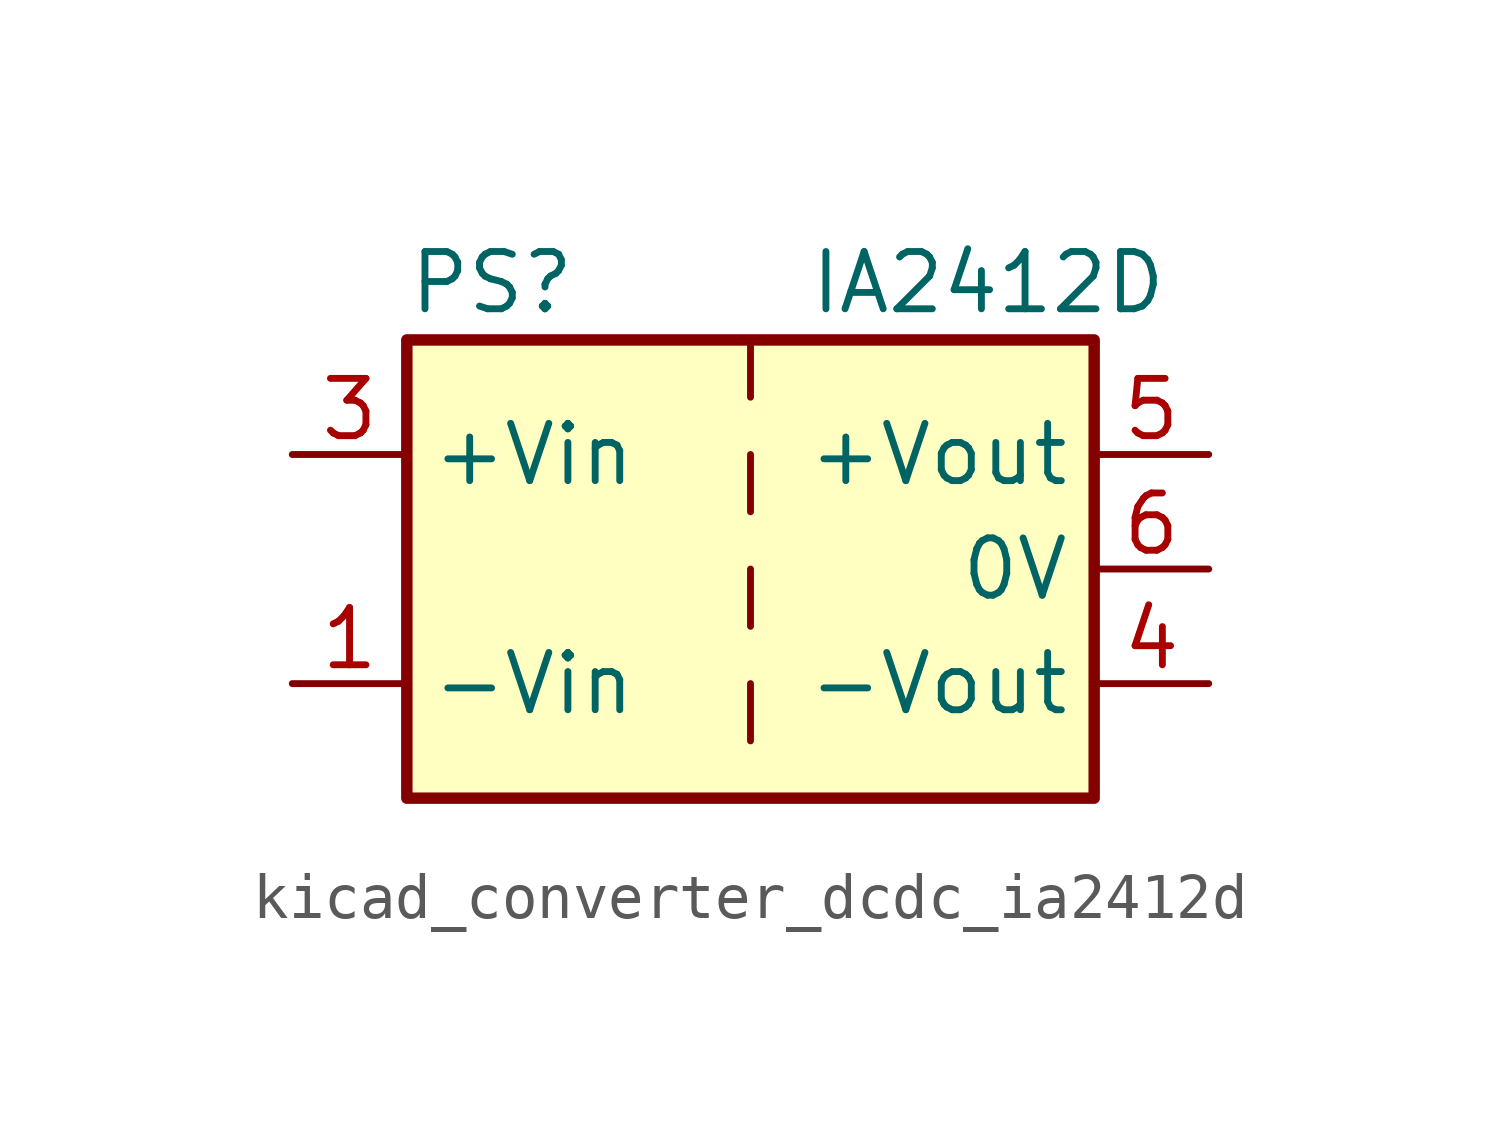
<source format=kicad_sym>
(kicad_symbol_lib
  (version 20220914)
  (generator kicad_symbol_editor)
  (symbol "kicad_converter_dcdc_ia2412d"
    (property "Reference" "PS"
      (at -7.62 6.35 0)
      (effects (font (size 1.27 1.27)) (justify left)))
    (property "Value" "IA2412D"
      (at 1.27 6.35 0)
      (effects (font (size 1.27 1.27)) (justify left)))
    (symbol "kicad_converter_dcdc_ia2412d_0_0"
      (pin power_in line (at -10.16 -2.54 0) (length 2.54) (name "-Vin" (effects (font (size 1.27 1.27)))) (number "1" (effects (font (size 1.27 1.27)))))
      (pin power_in line (at -10.16 2.54 0) (length 2.54) (name "+Vin" (effects (font (size 1.27 1.27)))) (number "3" (effects (font (size 1.27 1.27)))))
      (pin power_out line (at 10.16 -2.54 180) (length 2.54) (name "-Vout" (effects (font (size 1.27 1.27)))) (number "4" (effects (font (size 1.27 1.27)))))
      (pin power_out line (at 10.16 2.54 180) (length 2.54) (name "+Vout" (effects (font (size 1.27 1.27)))) (number "5" (effects (font (size 1.27 1.27)))))
      (pin power_out line (at 10.16 0 180) (length 2.54) (name "0V" (effects (font (size 1.27 1.27)))) (number "6" (effects (font (size 1.27 1.27))))))
    (symbol "kicad_converter_dcdc_ia2412d_0_1"
      (rectangle (start -7.62 5.08) (end 7.62 -5.08) (stroke (width 0.254) (type default)) (fill (type background)))
      (polyline (pts (xy 0 -2.54) (xy 0 -3.81)) (stroke (width 0) (type default)) (fill (type none)))
      (polyline (pts (xy 0 0) (xy 0 -1.27)) (stroke (width 0) (type default)) (fill (type none)))
      (polyline (pts (xy 0 2.54) (xy 0 1.27)) (stroke (width 0) (type default)) (fill (type none)))
      (polyline (pts (xy 0 5.08) (xy 0 3.81)) (stroke (width 0) (type default)) (fill (type none))))
    (symbol "kicad_converter_dcdc_ia2412d_1_1"
      (pin no_connect line (at 0 -5.08 90) (length 2.54) hide (name "NC" (effects (font (size 1.27 1.27)))) (number "2" (effects (font (size 1.27 1.27))))))))
</source>
